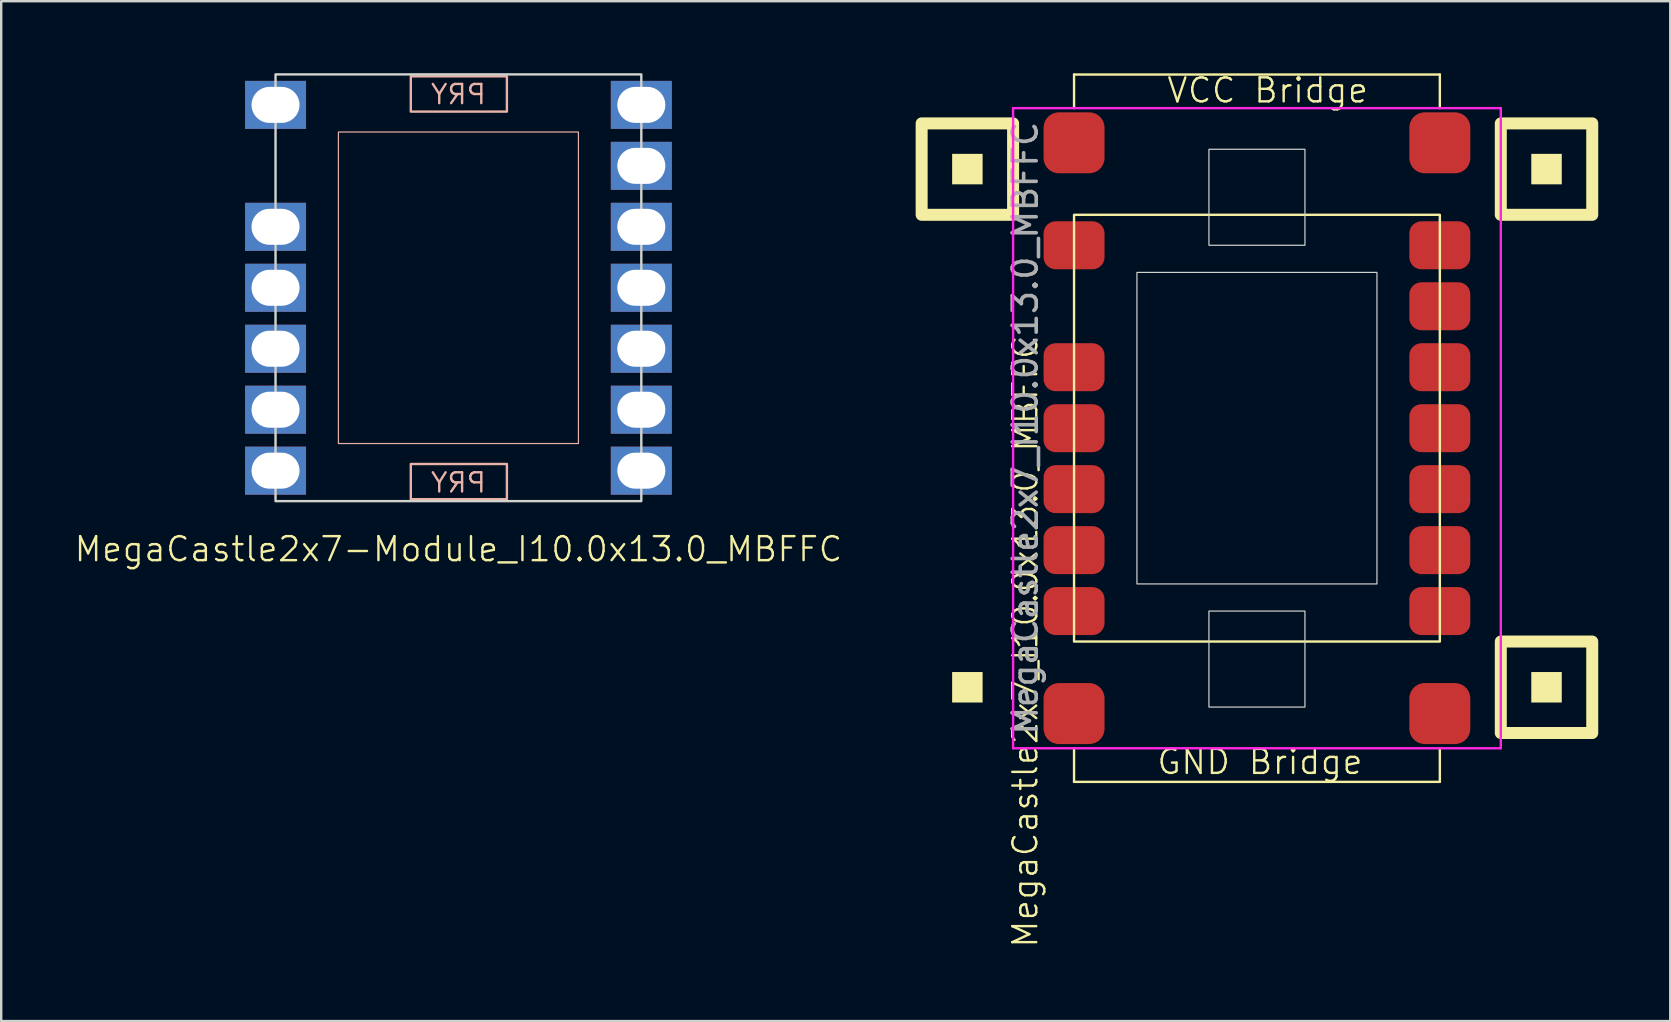
<source format=kicad_pcb>
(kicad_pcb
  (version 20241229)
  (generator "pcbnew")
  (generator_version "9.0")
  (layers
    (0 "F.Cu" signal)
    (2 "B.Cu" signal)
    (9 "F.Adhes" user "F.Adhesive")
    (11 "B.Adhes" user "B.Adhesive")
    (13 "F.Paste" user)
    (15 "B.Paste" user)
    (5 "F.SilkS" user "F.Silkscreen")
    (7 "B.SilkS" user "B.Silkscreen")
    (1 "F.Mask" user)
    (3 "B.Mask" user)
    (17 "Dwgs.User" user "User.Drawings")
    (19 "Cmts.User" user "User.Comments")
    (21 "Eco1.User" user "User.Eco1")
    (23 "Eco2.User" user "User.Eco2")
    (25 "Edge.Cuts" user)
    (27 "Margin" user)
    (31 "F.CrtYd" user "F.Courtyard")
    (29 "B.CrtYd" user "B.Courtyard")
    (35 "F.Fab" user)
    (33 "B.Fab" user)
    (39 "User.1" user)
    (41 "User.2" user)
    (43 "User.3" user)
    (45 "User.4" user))
  (footprint "MegaCastle2x7-Module_I10.0x13.0_MBFFC"
    (layer "F.Cu")
    (at 16.05 8.94)
    (property "Reference" "MegaCastle2x7-Module_I10.0x13.0_MBFFC" (at 0 10.89 0) (unlocked yes) (layer "F.SilkS") (effects (font (size 1 1) (thickness 0.1))))
    (attr smd)
    (fp_rect (start -5 6.49) (end 5 -6.49) (stroke (width 0.05) (type default)) (fill no) (layer "B.SilkS"))
    (fp_rect (start -1.984 -7.341) (end 2.02 -8.81) (stroke (width 0.1) (type default)) (fill no) (layer "B.SilkS"))
    (fp_rect (start -1.984 7.341) (end 2.02 8.81) (stroke (width 0.1) (type default)) (fill no) (layer "B.SilkS"))
    (fp_rect (start -7.62 8.89) (end 7.62 -8.89) (stroke (width 0.1) (type default)) (fill no) (layer "Edge.Cuts"))
    (fp_text user "PRY" (at 0 8.59 0) (unlocked yes) (layer "B.SilkS") (effects (font (size 0.8 0.8) (thickness 0.1)) (justify bottom mirror)))
    (fp_text user "PRY" (at 0 -7.59 0) (unlocked yes) (layer "B.SilkS") (effects (font (size 0.8 0.8) (thickness 0.1)) (justify bottom mirror)))
    (pad "1" thru_hole rect (at -7.62 -7.62) (size 2.54 2) (drill oval 2 1.5) (property pad_prop_castellated) (layers "*.Cu" "*.Mask"))
    (pad "3" thru_hole rect (at -7.62 -2.54) (size 2.54 2) (drill oval 2 1.5) (property pad_prop_castellated) (layers "*.Cu" "*.Mask"))
    (pad "4" thru_hole rect (at -7.62 0) (size 2.54 2) (drill oval 2 1.5) (property pad_prop_castellated) (layers "*.Cu" "*.Mask"))
    (pad "5" thru_hole rect (at -7.62 2.54) (size 2.54 2) (drill oval 2 1.5) (property pad_prop_castellated) (layers "*.Cu" "*.Mask"))
    (pad "6" thru_hole rect (at -7.62 5.08) (size 2.54 2) (drill oval 2 1.5) (property pad_prop_castellated) (layers "*.Cu" "*.Mask"))
    (pad "7" thru_hole rect (at -7.62 7.62) (size 2.54 2) (drill oval 2 1.5) (property pad_prop_castellated) (layers "*.Cu" "*.Mask"))
    (pad "8" thru_hole rect (at 7.62 -7.62) (size 2.54 2) (drill oval 2 1.5) (property pad_prop_castellated) (layers "*.Cu" "*.Mask"))
    (pad "9" thru_hole rect (at 7.62 -5.08) (size 2.54 2) (drill oval 2 1.5) (property pad_prop_castellated) (layers "*.Cu" "*.Mask"))
    (pad "10" thru_hole rect (at 7.62 -2.54) (size 2.54 2) (drill oval 2 1.5) (property pad_prop_castellated) (layers "*.Cu" "*.Mask"))
    (pad "11" thru_hole rect (at 7.62 0) (size 2.54 2) (drill oval 2 1.5) (property pad_prop_castellated) (layers "*.Cu" "*.Mask"))
    (pad "12" thru_hole rect (at 7.62 2.54) (size 2.54 2) (drill oval 2 1.5) (property pad_prop_castellated) (layers "*.Cu" "*.Mask"))
    (pad "13" thru_hole rect (at 7.62 5.08) (size 2.54 2) (drill oval 2 1.5) (property pad_prop_castellated) (layers "*.Cu" "*.Mask"))
    (pad "14" thru_hole rect (at 7.62 7.62) (size 2.54 2) (drill oval 2 1.5) (property pad_prop_castellated) (layers "*.Cu" "*.Mask"))
    (zone (net_name "") (layer "B.Cu") (hatch edge 0.5) (connect_pads) (min_thickness 0.25) (filled_areas_thickness no) (keepout (tracks allowed) (vias allowed) (pads allowed) (copperpour allowed) (footprints not_allowed)) (placement (enabled no)) (fill) (polygon (pts (xy 8.43 17.83) (xy 8.43 0.05) (xy 11.05 0.05) (xy 11.05 17.83))))
    (zone (net_name "") (layer "B.Cu") (hatch edge 0.5) (connect_pads) (min_thickness 0.25) (filled_areas_thickness no) (keepout (tracks allowed) (vias allowed) (pads allowed) (copperpour allowed) (footprints not_allowed)) (placement (enabled no)) (fill) (polygon (pts (xy 11.05 0.05) (xy 11.05 2.45) (xy 21.05 2.45) (xy 21.05 0.05))))
    (zone (net_name "") (layer "B.Cu") (hatch edge 0.5) (connect_pads) (min_thickness 0.25) (filled_areas_thickness no) (keepout (tracks allowed) (vias allowed) (pads allowed) (copperpour allowed) (footprints not_allowed)) (placement (enabled no)) (fill) (polygon (pts (xy 11.05 17.83) (xy 11.05 15.43) (xy 21.05 15.43) (xy 21.05 17.83))))
    (zone (net_name "") (layer "B.Cu") (name "Upper Pry Zone") (hatch edge 0.5) (connect_pads) (min_thickness 0.25) (filled_areas_thickness no) (keepout (tracks not_allowed) (vias not_allowed) (pads not_allowed) (copperpour allowed) (footprints not_allowed)) (placement (enabled no)) (fill) (polygon (pts (xy 14.066 1.599) (xy 14.066 0.13) (xy 18.07 0.13) (xy 18.07 1.599))))
    (zone (net_name "") (layer "B.Cu") (name "Upper Pry Zone") (hatch edge 0.5) (connect_pads) (min_thickness 0.25) (filled_areas_thickness no) (keepout (tracks not_allowed) (vias not_allowed) (pads not_allowed) (copperpour allowed) (footprints not_allowed)) (placement (enabled no)) (fill) (polygon (pts (xy 14.066 16.281) (xy 14.066 17.75) (xy 18.07 17.75) (xy 18.07 16.281))))
    (zone (net_name "") (layer "B.Cu") (hatch edge 0.5) (connect_pads) (min_thickness 0.25) (filled_areas_thickness no) (keepout (tracks allowed) (vias allowed) (pads allowed) (copperpour allowed) (footprints not_allowed)) (placement (enabled no)) (fill) (polygon (pts (xy 23.67 17.83) (xy 23.67 0.05) (xy 21.05 0.05) (xy 21.05 17.83)))))
  (footprint "MegaCastle2x7_I10.0x13.0_MBFFC"
    (layer "F.Cu")
    (at 49.32 14.79)
    (property "Reference" "MegaCastle2x7_I10.0x13.0_MBFFC" (at -9.652 8.89 90) (unlocked yes) (layer "F.SilkS") (effects (font (size 1 1) (thickness 0.1))))
    (attr smd)
    (fp_line (start -7.62 -14.735) (end 7.62 -14.735) (stroke (width 0.1) (type default)) (layer "F.SilkS"))
    (fp_line (start -7.62 -13.335) (end -7.62 -14.735) (stroke (width 0.1) (type default)) (layer "F.SilkS"))
    (fp_line (start -7.62 13.335) (end -7.62 14.735) (stroke (width 0.1) (type default)) (layer "F.SilkS"))
    (fp_line (start -7.62 14.735) (end 7.62 14.735) (stroke (width 0.1) (type default)) (layer "F.SilkS"))
    (fp_line (start 7.62 -13.335) (end 7.62 -14.735) (stroke (width 0.1) (type default)) (layer "F.SilkS"))
    (fp_line (start 7.62 13.335) (end 7.62 14.735) (stroke (width 0.1) (type default)) (layer "F.SilkS"))
    (fp_rect (start -11.43 -10.16) (end -12.7 -11.43) (stroke (width 0) (type solid)) (fill yes) (layer "F.SilkS"))
    (fp_rect (start -11.43 11.43) (end -12.7 10.16) (stroke (width 0) (type solid)) (fill yes) (layer "F.SilkS"))
    (fp_rect (start -10.16 -8.89) (end -13.97 -12.7) (stroke (width 0.5) (type default)) (fill no) (layer "F.SilkS"))
    (fp_rect (start -7.62 -8.89) (end 7.62 8.89) (stroke (width 0.1) (type default)) (fill no) (layer "F.SilkS"))
    (fp_rect (start 12.7 -10.16) (end 11.43 -11.43) (stroke (width 0) (type solid)) (fill yes) (layer "F.SilkS"))
    (fp_rect (start 12.7 11.43) (end 11.43 10.16) (stroke (width 0) (type solid)) (fill yes) (layer "F.SilkS"))
    (fp_rect (start 13.97 -8.89) (end 10.16 -12.7) (stroke (width 0.5) (type default)) (fill no) (layer "F.SilkS"))
    (fp_rect (start 13.97 12.7) (end 10.16 8.89) (stroke (width 0.5) (type default)) (fill no) (layer "F.SilkS"))
    (fp_rect (start -5 -6.49) (end 5 6.49) (stroke (width 0.05) (type default)) (fill no) (layer "Edge.Cuts"))
    (fp_rect (start -2 -7.62) (end 2 -11.62) (stroke (width 0.05) (type default)) (fill no) (layer "Edge.Cuts"))
    (fp_rect (start -2 7.62) (end 2 11.62) (stroke (width 0.05) (type default)) (fill no) (layer "Edge.Cuts"))
    (fp_line (start -10.16 -13.335) (end -10.16 13.335) (stroke (width 0.1) (type default)) (layer "F.CrtYd"))
    (fp_line (start -10.16 13.335) (end 10.16 13.335) (stroke (width 0.1) (type default)) (layer "F.CrtYd"))
    (fp_line (start 10.16 -13.335) (end -10.16 -13.335) (stroke (width 0.1) (type default)) (layer "F.CrtYd"))
    (fp_line (start 10.16 -13.335) (end 10.16 13.335) (stroke (width 0.1) (type default)) (layer "F.CrtYd"))
    (fp_text user "VCC Bridge" (at -3.81 -13.49 0) (unlocked yes) (layer "F.SilkS") (effects (font (size 1 1) (thickness 0.1)) (justify left bottom)))
    (fp_text user "GND Bridge" (at -4.226 14.49 0) (unlocked yes) (layer "F.SilkS") (effects (font (size 1 1) (thickness 0.1)) (justify left bottom)))
    (fp_text user "${REFERENCE}" (at -9.652 0 90) (unlocked yes) (layer "F.Fab") (effects (font (size 1 1) (thickness 0.15))))
    (pad "1" smd roundrect (at -7.62 -7.62) (size 2.54 2) (layers "F.Cu" "F.Mask" "F.Paste") (roundrect_rratio 0.25))
    (pad "3" smd roundrect (at -7.62 -2.54) (size 2.54 2) (layers "F.Cu" "F.Mask" "F.Paste") (roundrect_rratio 0.25))
    (pad "4" smd roundrect (at -7.62 0) (size 2.54 2) (layers "F.Cu" "F.Mask" "F.Paste") (roundrect_rratio 0.25))
    (pad "5" smd roundrect (at -7.62 2.54) (size 2.54 2) (layers "F.Cu" "F.Mask" "F.Paste") (roundrect_rratio 0.25))
    (pad "6" smd roundrect (at -7.62 5.08) (size 2.54 2) (layers "F.Cu" "F.Mask" "F.Paste") (roundrect_rratio 0.25))
    (pad "7" smd roundrect (at -7.62 7.62) (size 2.54 2) (layers "F.Cu" "F.Mask" "F.Paste") (roundrect_rratio 0.25))
    (pad "8" smd roundrect (at 7.62 -7.62) (size 2.54 2) (layers "F.Cu" "F.Mask" "F.Paste") (roundrect_rratio 0.25))
    (pad "9" smd roundrect (at 7.62 -5.08) (size 2.54 2) (layers "F.Cu" "F.Mask" "F.Paste") (roundrect_rratio 0.25))
    (pad "10" smd roundrect (at 7.62 -2.54) (size 2.54 2) (layers "F.Cu" "F.Mask" "F.Paste") (roundrect_rratio 0.25))
    (pad "11" smd roundrect (at 7.62 0) (size 2.54 2) (layers "F.Cu" "F.Mask" "F.Paste") (roundrect_rratio 0.25))
    (pad "12" smd roundrect (at 7.62 2.54) (size 2.54 2) (layers "F.Cu" "F.Mask" "F.Paste") (roundrect_rratio 0.25))
    (pad "13" smd roundrect (at 7.62 5.08) (size 2.54 2) (layers "F.Cu" "F.Mask" "F.Paste") (roundrect_rratio 0.25))
    (pad "14" smd roundrect (at 7.62 7.62) (size 2.54 2) (layers "F.Cu" "F.Mask" "F.Paste") (roundrect_rratio 0.25))
    (pad "A1" smd roundrect (at -7.62 -11.89) (size 2.54 2.54) (layers "F.Cu" "F.Mask" "F.Paste") (roundrect_rratio 0.25))
    (pad "A2" smd roundrect (at 7.62 -11.89) (size 2.54 2.54) (layers "F.Cu" "F.Mask" "F.Paste") (roundrect_rratio 0.25))
    (pad "B1" smd roundrect (at -7.62 11.89) (size 2.54 2.54) (layers "F.Cu" "F.Mask" "F.Paste") (roundrect_rratio 0.25))
    (pad "B2" smd roundrect (at 7.62 11.89) (size 2.54 2.54) (layers "F.Cu" "F.Mask" "F.Paste") (roundrect_rratio 0.25)))
  (gr_rect
    (start -3 -3)
    (end 66.54 39.492)
    (stroke (width 0.1) (type default))
    (fill no)
    (layer "Edge.Cuts")))
</source>
